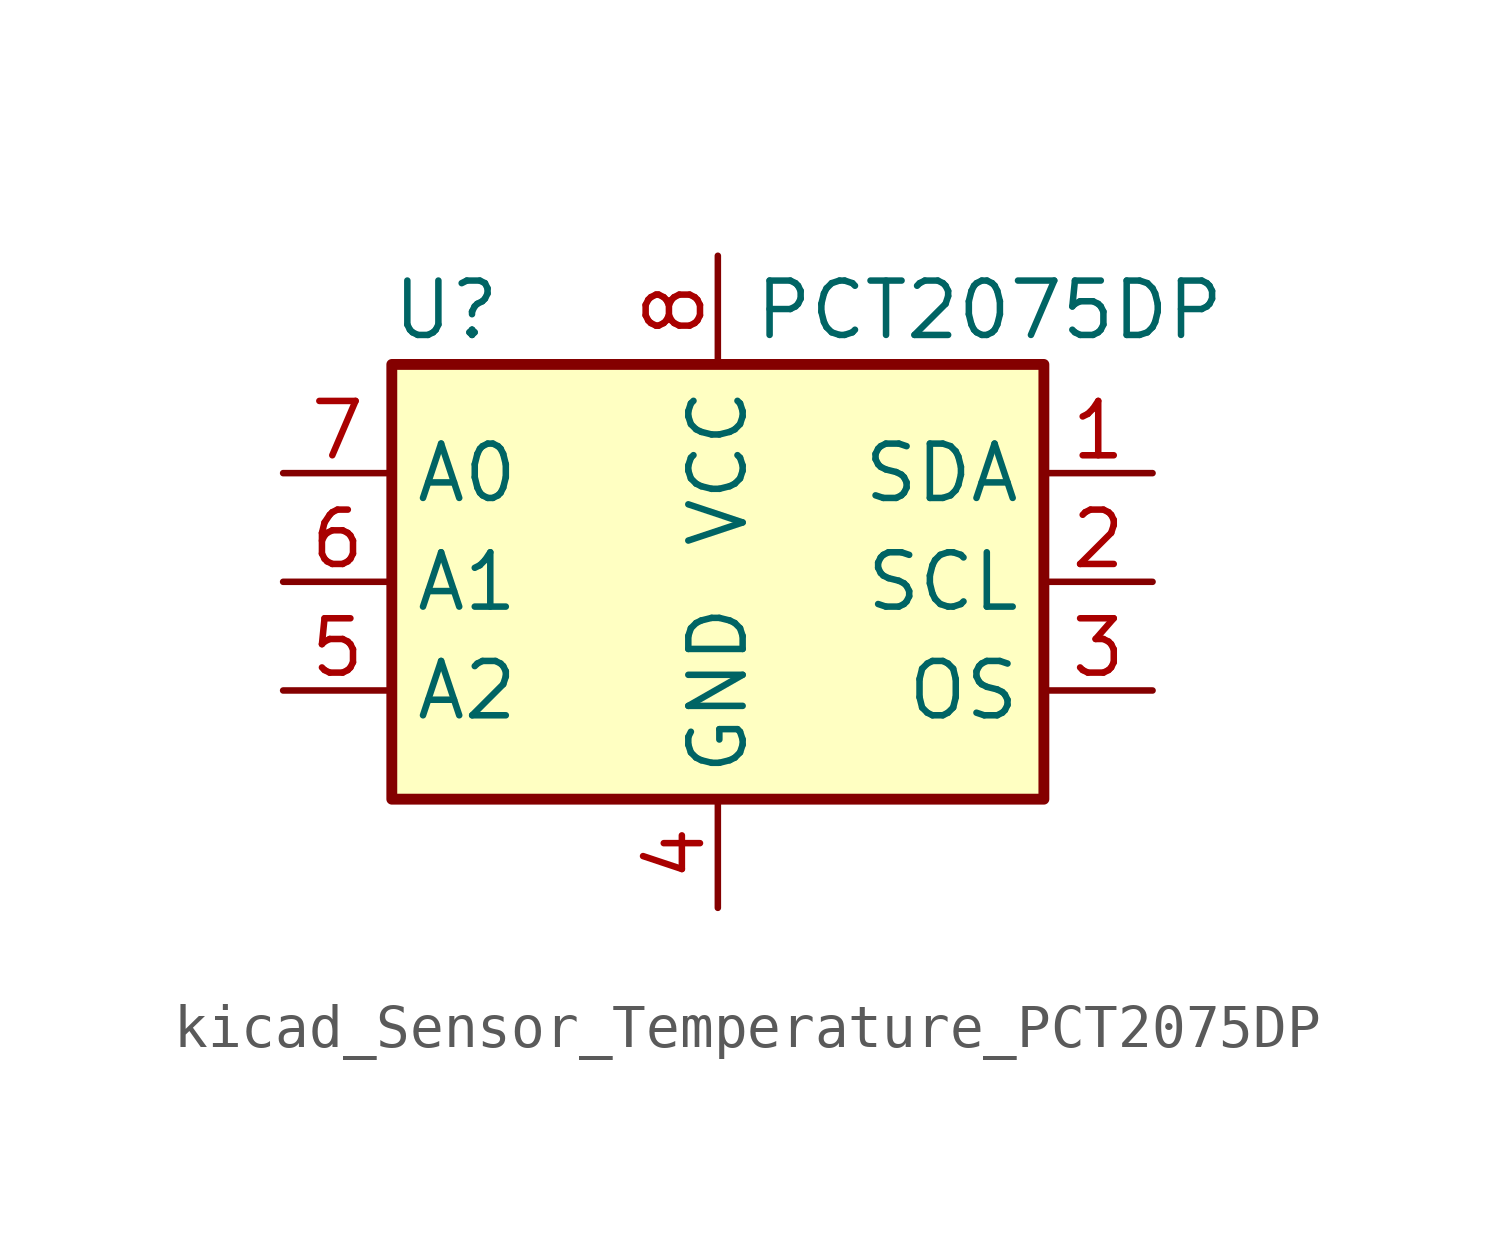
<source format=kicad_sym>
(kicad_symbol_lib
  (version 20220914)
  (generator kicad_symbol_editor)
  (symbol "kicad_Sensor_Temperature_PCT2075DP"
    (property "Reference" "U"
      (at -6.35 6.35 0)
      (effects (font (size 1.27 1.27))))
    (property "Value" "PCT2075DP"
      (at 6.35 6.35 0)
      (effects (font (size 1.27 1.27))))
    (symbol "kicad_Sensor_Temperature_PCT2075DP_0_1"
      (rectangle (start -7.62 5.08) (end 7.62 -5.08) (stroke (width 0.254) (type default)) (fill (type background))))
    (symbol "kicad_Sensor_Temperature_PCT2075DP_1_1"
      (pin bidirectional line (at 10.16 2.54 180) (length 2.54) (name "SDA" (effects (font (size 1.27 1.27)))) (number "1" (effects (font (size 1.27 1.27)))))
      (pin input line (at 10.16 0 180) (length 2.54) (name "SCL" (effects (font (size 1.27 1.27)))) (number "2" (effects (font (size 1.27 1.27)))))
      (pin open_collector line (at 10.16 -2.54 180) (length 2.54) (name "OS" (effects (font (size 1.27 1.27)))) (number "3" (effects (font (size 1.27 1.27)))))
      (pin power_in line (at 0 -7.62 90) (length 2.54) (name "GND" (effects (font (size 1.27 1.27)))) (number "4" (effects (font (size 1.27 1.27)))))
      (pin input line (at -10.16 -2.54 0) (length 2.54) (name "A2" (effects (font (size 1.27 1.27)))) (number "5" (effects (font (size 1.27 1.27)))))
      (pin input line (at -10.16 0 0) (length 2.54) (name "A1" (effects (font (size 1.27 1.27)))) (number "6" (effects (font (size 1.27 1.27)))))
      (pin input line (at -10.16 2.54 0) (length 2.54) (name "A0" (effects (font (size 1.27 1.27)))) (number "7" (effects (font (size 1.27 1.27)))))
      (pin power_in line (at 0 7.62 270) (length 2.54) (name "VCC" (effects (font (size 1.27 1.27)))) (number "8" (effects (font (size 1.27 1.27))))))))
</source>
